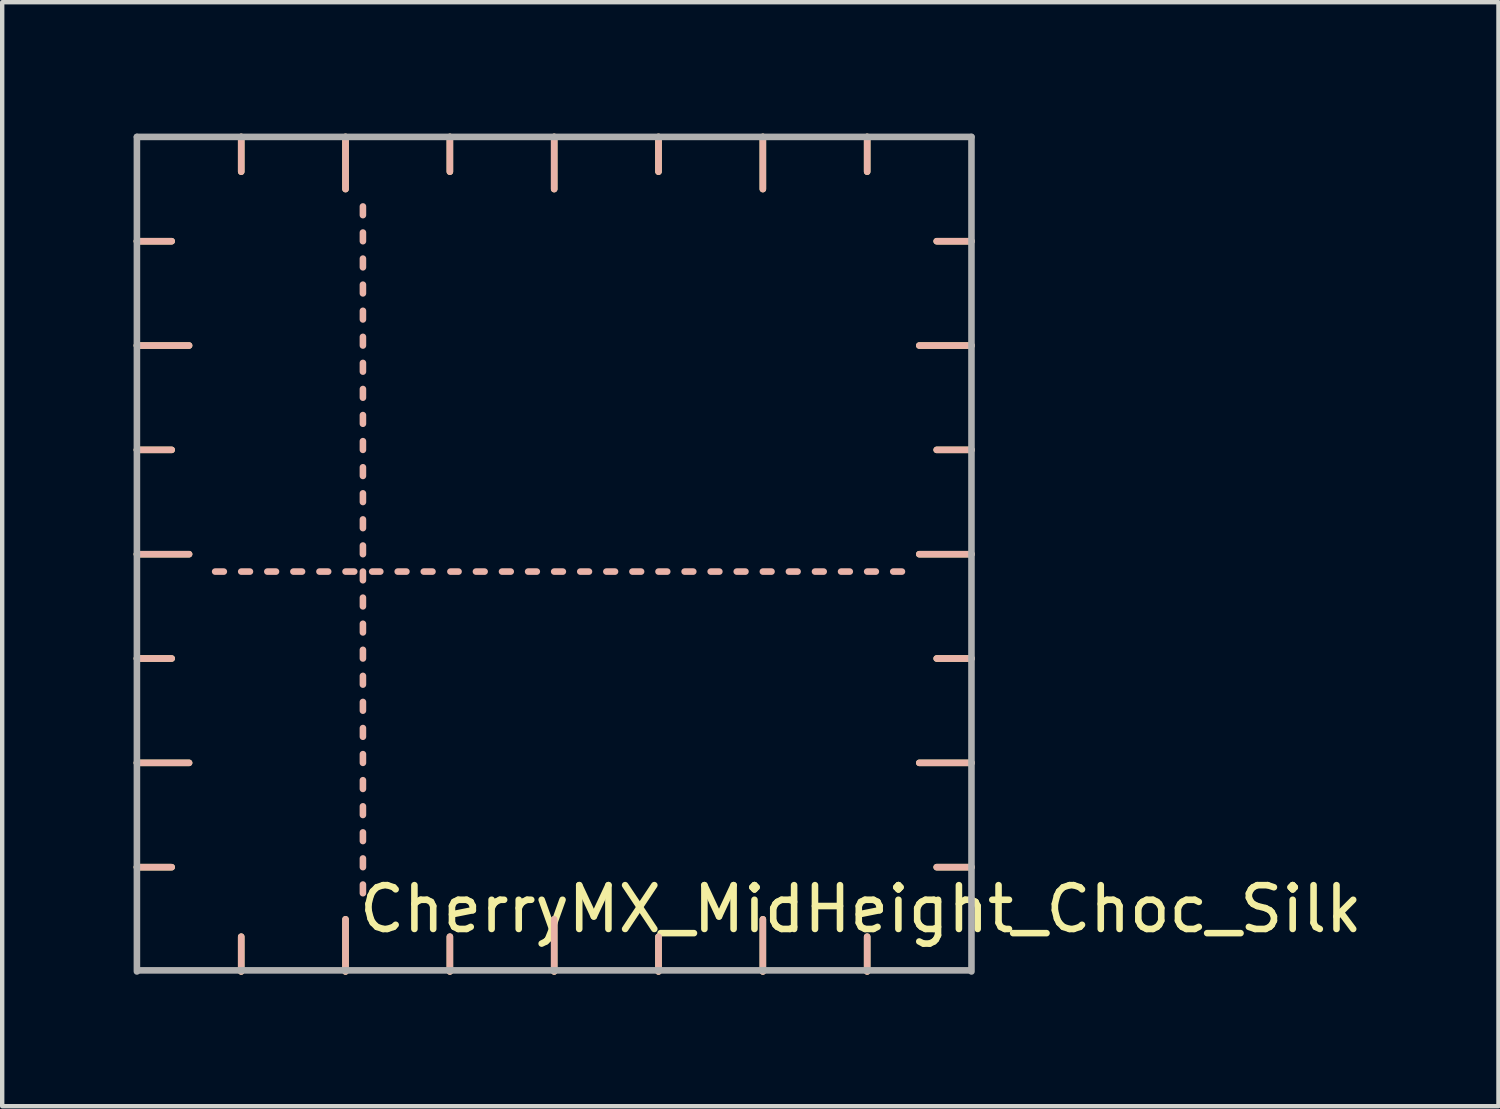
<source format=kicad_pcb>
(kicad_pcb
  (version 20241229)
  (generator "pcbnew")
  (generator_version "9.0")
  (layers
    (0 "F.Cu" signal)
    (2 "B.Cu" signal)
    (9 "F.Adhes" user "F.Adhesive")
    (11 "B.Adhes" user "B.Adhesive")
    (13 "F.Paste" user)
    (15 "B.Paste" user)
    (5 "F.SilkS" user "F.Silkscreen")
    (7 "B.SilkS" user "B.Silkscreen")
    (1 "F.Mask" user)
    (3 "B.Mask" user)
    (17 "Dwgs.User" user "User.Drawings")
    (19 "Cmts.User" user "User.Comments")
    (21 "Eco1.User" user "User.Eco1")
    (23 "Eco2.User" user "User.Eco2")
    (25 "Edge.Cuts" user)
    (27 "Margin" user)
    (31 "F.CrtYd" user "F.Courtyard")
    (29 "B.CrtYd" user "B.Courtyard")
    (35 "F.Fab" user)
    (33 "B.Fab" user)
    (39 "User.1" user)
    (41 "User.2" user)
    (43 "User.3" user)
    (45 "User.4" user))
  (footprint "CherryMX_MidHeight_Choc_Silk"
    (layer "F.Cu")
    (at 9.6 9.6)
    (property "Reference" "CherryMX_MidHeight_Choc_Silk" (at 7 8.1 0) (layer "F.SilkS") (effects (font (size 1 1) (thickness 0.15))))
    (attr through_hole)
    (fp_line (start -8.731 -7.144) (end -9.525 -7.144) (stroke (width 0.15) (type solid)) (layer "F.SilkS"))
    (fp_line (start -8.731 -2.381) (end -9.525 -2.381) (stroke (width 0.15) (type solid)) (layer "F.SilkS"))
    (fp_line (start -8.731 2.381) (end -9.525 2.381) (stroke (width 0.15) (type solid)) (layer "F.SilkS"))
    (fp_line (start -8.731 7.144) (end -9.525 7.144) (stroke (width 0.15) (type solid)) (layer "F.SilkS"))
    (fp_line (start -8.334 -4.763) (end -9.525 -4.763) (stroke (width 0.15) (type solid)) (layer "F.SilkS"))
    (fp_line (start -8.334 0) (end -9.525 0) (stroke (width 0.15) (type solid)) (layer "F.SilkS"))
    (fp_line (start -8.334 4.763) (end -9.525 4.763) (stroke (width 0.15) (type solid)) (layer "F.SilkS"))
    (fp_line (start -7.144 -8.731) (end -7.144 -9.525) (stroke (width 0.15) (type solid)) (layer "F.SilkS"))
    (fp_line (start -7.144 8.731) (end -7.144 9.525) (stroke (width 0.15) (type solid)) (layer "F.SilkS"))
    (fp_line (start -4.763 -8.334) (end -4.763 -9.525) (stroke (width 0.15) (type solid)) (layer "F.SilkS"))
    (fp_line (start -4.763 8.334) (end -4.763 9.525) (stroke (width 0.15) (type solid)) (layer "F.SilkS"))
    (fp_line (start -2.381 -8.731) (end -2.381 -9.525) (stroke (width 0.15) (type solid)) (layer "F.SilkS"))
    (fp_line (start -2.381 8.731) (end -2.381 9.525) (stroke (width 0.15) (type solid)) (layer "F.SilkS"))
    (fp_line (start 0 -8.334) (end 0 -9.525) (stroke (width 0.15) (type solid)) (layer "F.SilkS"))
    (fp_line (start 0 8.334) (end 0 9.525) (stroke (width 0.15) (type solid)) (layer "F.SilkS"))
    (fp_line (start 2.381 -8.731) (end 2.381 -9.525) (stroke (width 0.15) (type solid)) (layer "F.SilkS"))
    (fp_line (start 2.381 8.731) (end 2.381 9.525) (stroke (width 0.15) (type solid)) (layer "F.SilkS"))
    (fp_line (start 4.763 -8.334) (end 4.763 -9.525) (stroke (width 0.15) (type solid)) (layer "F.SilkS"))
    (fp_line (start 4.763 8.334) (end 4.763 9.525) (stroke (width 0.15) (type solid)) (layer "F.SilkS"))
    (fp_line (start 7.144 -8.731) (end 7.144 -9.525) (stroke (width 0.15) (type solid)) (layer "F.SilkS"))
    (fp_line (start 7.144 8.731) (end 7.144 9.525) (stroke (width 0.15) (type solid)) (layer "F.SilkS"))
    (fp_line (start 8.334 -4.763) (end 9.525 -4.763) (stroke (width 0.15) (type solid)) (layer "F.SilkS"))
    (fp_line (start 8.334 0) (end 9.525 0) (stroke (width 0.15) (type solid)) (layer "F.SilkS"))
    (fp_line (start 8.334 4.763) (end 9.525 4.763) (stroke (width 0.15) (type solid)) (layer "F.SilkS"))
    (fp_line (start 8.731 -7.144) (end 9.525 -7.144) (stroke (width 0.15) (type solid)) (layer "F.SilkS"))
    (fp_line (start 8.731 -2.381) (end 9.525 -2.381) (stroke (width 0.15) (type solid)) (layer "F.SilkS"))
    (fp_line (start 8.731 2.381) (end 9.525 2.381) (stroke (width 0.15) (type solid)) (layer "F.SilkS"))
    (fp_line (start 8.731 7.144) (end 9.525 7.144) (stroke (width 0.15) (type solid)) (layer "F.SilkS"))
    (fp_line (start -8.731 -7.144) (end -9.525 -7.144) (stroke (width 0.15) (type solid)) (layer "B.SilkS"))
    (fp_line (start -8.731 -2.381) (end -9.525 -2.381) (stroke (width 0.15) (type solid)) (layer "B.SilkS"))
    (fp_line (start -8.731 2.381) (end -9.525 2.381) (stroke (width 0.15) (type solid)) (layer "B.SilkS"))
    (fp_line (start -8.731 7.144) (end -9.525 7.144) (stroke (width 0.15) (type solid)) (layer "B.SilkS"))
    (fp_line (start -8.334 -4.763) (end -9.525 -4.763) (stroke (width 0.15) (type solid)) (layer "B.SilkS"))
    (fp_line (start -8.334 0) (end -9.525 0) (stroke (width 0.15) (type solid)) (layer "B.SilkS"))
    (fp_line (start -8.334 4.763) (end -9.525 4.763) (stroke (width 0.15) (type solid)) (layer "B.SilkS"))
    (fp_line (start -7.739 0.397) (end -7.541 0.397) (stroke (width 0.15) (type solid)) (layer "B.SilkS"))
    (fp_line (start -7.144 0.397) (end -6.945 0.397) (stroke (width 0.15) (type solid)) (layer "B.SilkS"))
    (fp_line (start -7.144 -8.731) (end -7.144 -9.525) (stroke (width 0.15) (type solid)) (layer "B.SilkS"))
    (fp_line (start -7.144 8.731) (end -7.144 9.525) (stroke (width 0.15) (type solid)) (layer "B.SilkS"))
    (fp_line (start -6.548 0.397) (end -6.35 0.397) (stroke (width 0.15) (type solid)) (layer "B.SilkS"))
    (fp_line (start -5.953 0.397) (end -5.755 0.397) (stroke (width 0.15) (type solid)) (layer "B.SilkS"))
    (fp_line (start -5.358 0.397) (end -5.159 0.397) (stroke (width 0.15) (type solid)) (layer "B.SilkS"))
    (fp_line (start -4.763 0.397) (end -4.564 0.397) (stroke (width 0.15) (type solid)) (layer "B.SilkS"))
    (fp_line (start -4.763 -8.334) (end -4.763 -9.525) (stroke (width 0.15) (type solid)) (layer "B.SilkS"))
    (fp_line (start -4.763 8.334) (end -4.763 9.525) (stroke (width 0.15) (type solid)) (layer "B.SilkS"))
    (fp_line (start -4.366 -7.739) (end -4.366 -7.938) (stroke (width 0.15) (type solid)) (layer "B.SilkS"))
    (fp_line (start -4.366 -7.144) (end -4.366 -7.342) (stroke (width 0.15) (type solid)) (layer "B.SilkS"))
    (fp_line (start -4.366 -6.548) (end -4.366 -6.747) (stroke (width 0.15) (type solid)) (layer "B.SilkS"))
    (fp_line (start -4.366 -5.953) (end -4.366 -6.152) (stroke (width 0.15) (type solid)) (layer "B.SilkS"))
    (fp_line (start -4.366 -5.358) (end -4.366 -5.556) (stroke (width 0.15) (type solid)) (layer "B.SilkS"))
    (fp_line (start -4.366 -4.763) (end -4.366 -4.961) (stroke (width 0.15) (type solid)) (layer "B.SilkS"))
    (fp_line (start -4.366 -4.167) (end -4.366 -4.366) (stroke (width 0.15) (type solid)) (layer "B.SilkS"))
    (fp_line (start -4.366 -3.572) (end -4.366 -3.77) (stroke (width 0.15) (type solid)) (layer "B.SilkS"))
    (fp_line (start -4.366 -2.977) (end -4.366 -3.175) (stroke (width 0.15) (type solid)) (layer "B.SilkS"))
    (fp_line (start -4.366 -2.381) (end -4.366 -2.58) (stroke (width 0.15) (type solid)) (layer "B.SilkS"))
    (fp_line (start -4.366 -1.786) (end -4.366 -1.984) (stroke (width 0.15) (type solid)) (layer "B.SilkS"))
    (fp_line (start -4.366 -1.191) (end -4.366 -1.389) (stroke (width 0.15) (type solid)) (layer "B.SilkS"))
    (fp_line (start -4.366 -0.595) (end -4.366 -0.794) (stroke (width 0.15) (type solid)) (layer "B.SilkS"))
    (fp_line (start -4.366 0) (end -4.366 -0.198) (stroke (width 0.15) (type solid)) (layer "B.SilkS"))
    (fp_line (start -4.366 0.595) (end -4.366 0.397) (stroke (width 0.15) (type solid)) (layer "B.SilkS"))
    (fp_line (start -4.366 1.191) (end -4.366 0.992) (stroke (width 0.15) (type solid)) (layer "B.SilkS"))
    (fp_line (start -4.366 1.786) (end -4.366 1.588) (stroke (width 0.15) (type solid)) (layer "B.SilkS"))
    (fp_line (start -4.366 2.381) (end -4.366 2.183) (stroke (width 0.15) (type solid)) (layer "B.SilkS"))
    (fp_line (start -4.366 2.977) (end -4.366 2.778) (stroke (width 0.15) (type solid)) (layer "B.SilkS"))
    (fp_line (start -4.366 3.572) (end -4.366 3.373) (stroke (width 0.15) (type solid)) (layer "B.SilkS"))
    (fp_line (start -4.366 4.167) (end -4.366 3.969) (stroke (width 0.15) (type solid)) (layer "B.SilkS"))
    (fp_line (start -4.366 4.763) (end -4.366 4.564) (stroke (width 0.15) (type solid)) (layer "B.SilkS"))
    (fp_line (start -4.366 5.358) (end -4.366 5.159) (stroke (width 0.15) (type solid)) (layer "B.SilkS"))
    (fp_line (start -4.366 5.953) (end -4.366 5.755) (stroke (width 0.15) (type solid)) (layer "B.SilkS"))
    (fp_line (start -4.366 6.548) (end -4.366 6.35) (stroke (width 0.15) (type solid)) (layer "B.SilkS"))
    (fp_line (start -4.366 7.144) (end -4.366 6.945) (stroke (width 0.15) (type solid)) (layer "B.SilkS"))
    (fp_line (start -4.366 7.739) (end -4.366 7.541) (stroke (width 0.15) (type solid)) (layer "B.SilkS"))
    (fp_line (start -4.155 0.397) (end -3.969 0.397) (stroke (width 0.15) (type solid)) (layer "B.SilkS"))
    (fp_line (start -3.572 0.397) (end -3.373 0.397) (stroke (width 0.15) (type solid)) (layer "B.SilkS"))
    (fp_line (start -2.977 0.397) (end -2.778 0.397) (stroke (width 0.15) (type solid)) (layer "B.SilkS"))
    (fp_line (start -2.381 -8.731) (end -2.381 -9.525) (stroke (width 0.15) (type solid)) (layer "B.SilkS"))
    (fp_line (start -2.381 8.731) (end -2.381 9.525) (stroke (width 0.15) (type solid)) (layer "B.SilkS"))
    (fp_line (start -2.369 0.397) (end -2.183 0.397) (stroke (width 0.15) (type solid)) (layer "B.SilkS"))
    (fp_line (start -1.786 0.397) (end -1.588 0.397) (stroke (width 0.15) (type solid)) (layer "B.SilkS"))
    (fp_line (start -1.191 0.397) (end -0.992 0.397) (stroke (width 0.15) (type solid)) (layer "B.SilkS"))
    (fp_line (start -0.595 0.397) (end -0.397 0.397) (stroke (width 0.15) (type solid)) (layer "B.SilkS"))
    (fp_line (start 0 -8.334) (end 0 -9.525) (stroke (width 0.15) (type solid)) (layer "B.SilkS"))
    (fp_line (start 0 0.397) (end 0.198 0.397) (stroke (width 0.15) (type solid)) (layer "B.SilkS"))
    (fp_line (start 0 8.334) (end 0 9.525) (stroke (width 0.15) (type solid)) (layer "B.SilkS"))
    (fp_line (start 0.595 0.397) (end 0.794 0.397) (stroke (width 0.15) (type solid)) (layer "B.SilkS"))
    (fp_line (start 1.191 0.397) (end 1.389 0.397) (stroke (width 0.15) (type solid)) (layer "B.SilkS"))
    (fp_line (start 1.786 0.397) (end 1.984 0.397) (stroke (width 0.15) (type solid)) (layer "B.SilkS"))
    (fp_line (start 2.381 -8.731) (end 2.381 -9.525) (stroke (width 0.15) (type solid)) (layer "B.SilkS"))
    (fp_line (start 2.381 8.731) (end 2.381 9.525) (stroke (width 0.15) (type solid)) (layer "B.SilkS"))
    (fp_line (start 2.381 0.397) (end 2.58 0.397) (stroke (width 0.15) (type solid)) (layer "B.SilkS"))
    (fp_line (start 2.977 0.397) (end 3.175 0.397) (stroke (width 0.15) (type solid)) (layer "B.SilkS"))
    (fp_line (start 3.572 0.397) (end 3.77 0.397) (stroke (width 0.15) (type solid)) (layer "B.SilkS"))
    (fp_line (start 4.167 0.397) (end 4.366 0.397) (stroke (width 0.15) (type solid)) (layer "B.SilkS"))
    (fp_line (start 4.763 -8.334) (end 4.763 -9.525) (stroke (width 0.15) (type solid)) (layer "B.SilkS"))
    (fp_line (start 4.763 8.334) (end 4.763 9.525) (stroke (width 0.15) (type solid)) (layer "B.SilkS"))
    (fp_line (start 4.763 0.397) (end 4.961 0.397) (stroke (width 0.15) (type solid)) (layer "B.SilkS"))
    (fp_line (start 5.358 0.397) (end 5.556 0.397) (stroke (width 0.15) (type solid)) (layer "B.SilkS"))
    (fp_line (start 5.953 0.397) (end 6.152 0.397) (stroke (width 0.15) (type solid)) (layer "B.SilkS"))
    (fp_line (start 6.548 0.397) (end 6.747 0.397) (stroke (width 0.15) (type solid)) (layer "B.SilkS"))
    (fp_line (start 7.144 -8.731) (end 7.144 -9.525) (stroke (width 0.15) (type solid)) (layer "B.SilkS"))
    (fp_line (start 7.144 8.731) (end 7.144 9.525) (stroke (width 0.15) (type solid)) (layer "B.SilkS"))
    (fp_line (start 7.144 0.397) (end 7.342 0.397) (stroke (width 0.15) (type solid)) (layer "B.SilkS"))
    (fp_line (start 7.739 0.397) (end 7.938 0.397) (stroke (width 0.15) (type solid)) (layer "B.SilkS"))
    (fp_line (start 8.334 -4.763) (end 9.525 -4.763) (stroke (width 0.15) (type solid)) (layer "B.SilkS"))
    (fp_line (start 8.334 0) (end 9.525 0) (stroke (width 0.15) (type solid)) (layer "B.SilkS"))
    (fp_line (start 8.334 4.763) (end 9.525 4.763) (stroke (width 0.15) (type solid)) (layer "B.SilkS"))
    (fp_line (start 8.731 -7.144) (end 9.525 -7.144) (stroke (width 0.15) (type solid)) (layer "B.SilkS"))
    (fp_line (start 8.731 -2.381) (end 9.525 -2.381) (stroke (width 0.15) (type solid)) (layer "B.SilkS"))
    (fp_line (start 8.731 2.381) (end 9.525 2.381) (stroke (width 0.15) (type solid)) (layer "B.SilkS"))
    (fp_line (start 8.731 7.144) (end 9.525 7.144) (stroke (width 0.15) (type solid)) (layer "B.SilkS"))
    (fp_line (start -9.525 -9.525) (end 9.525 -9.525) (stroke (width 0.15) (type solid)) (layer "F.Fab"))
    (fp_line (start -9.525 9.525) (end -9.525 -9.525) (stroke (width 0.15) (type solid)) (layer "F.Fab"))
    (fp_line (start 9.5 9.5) (end -9.5 9.5) (stroke (width 0.15) (type solid)) (layer "F.Fab"))
    (fp_line (start 9.525 -9.525) (end 9.525 9.525) (stroke (width 0.15) (type solid)) (layer "F.Fab")))
  (gr_rect
    (start -3 -3)
    (end 31.154 22.2)
    (stroke (width 0.1) (type default))
    (fill no)
    (layer "Edge.Cuts")))
</source>
